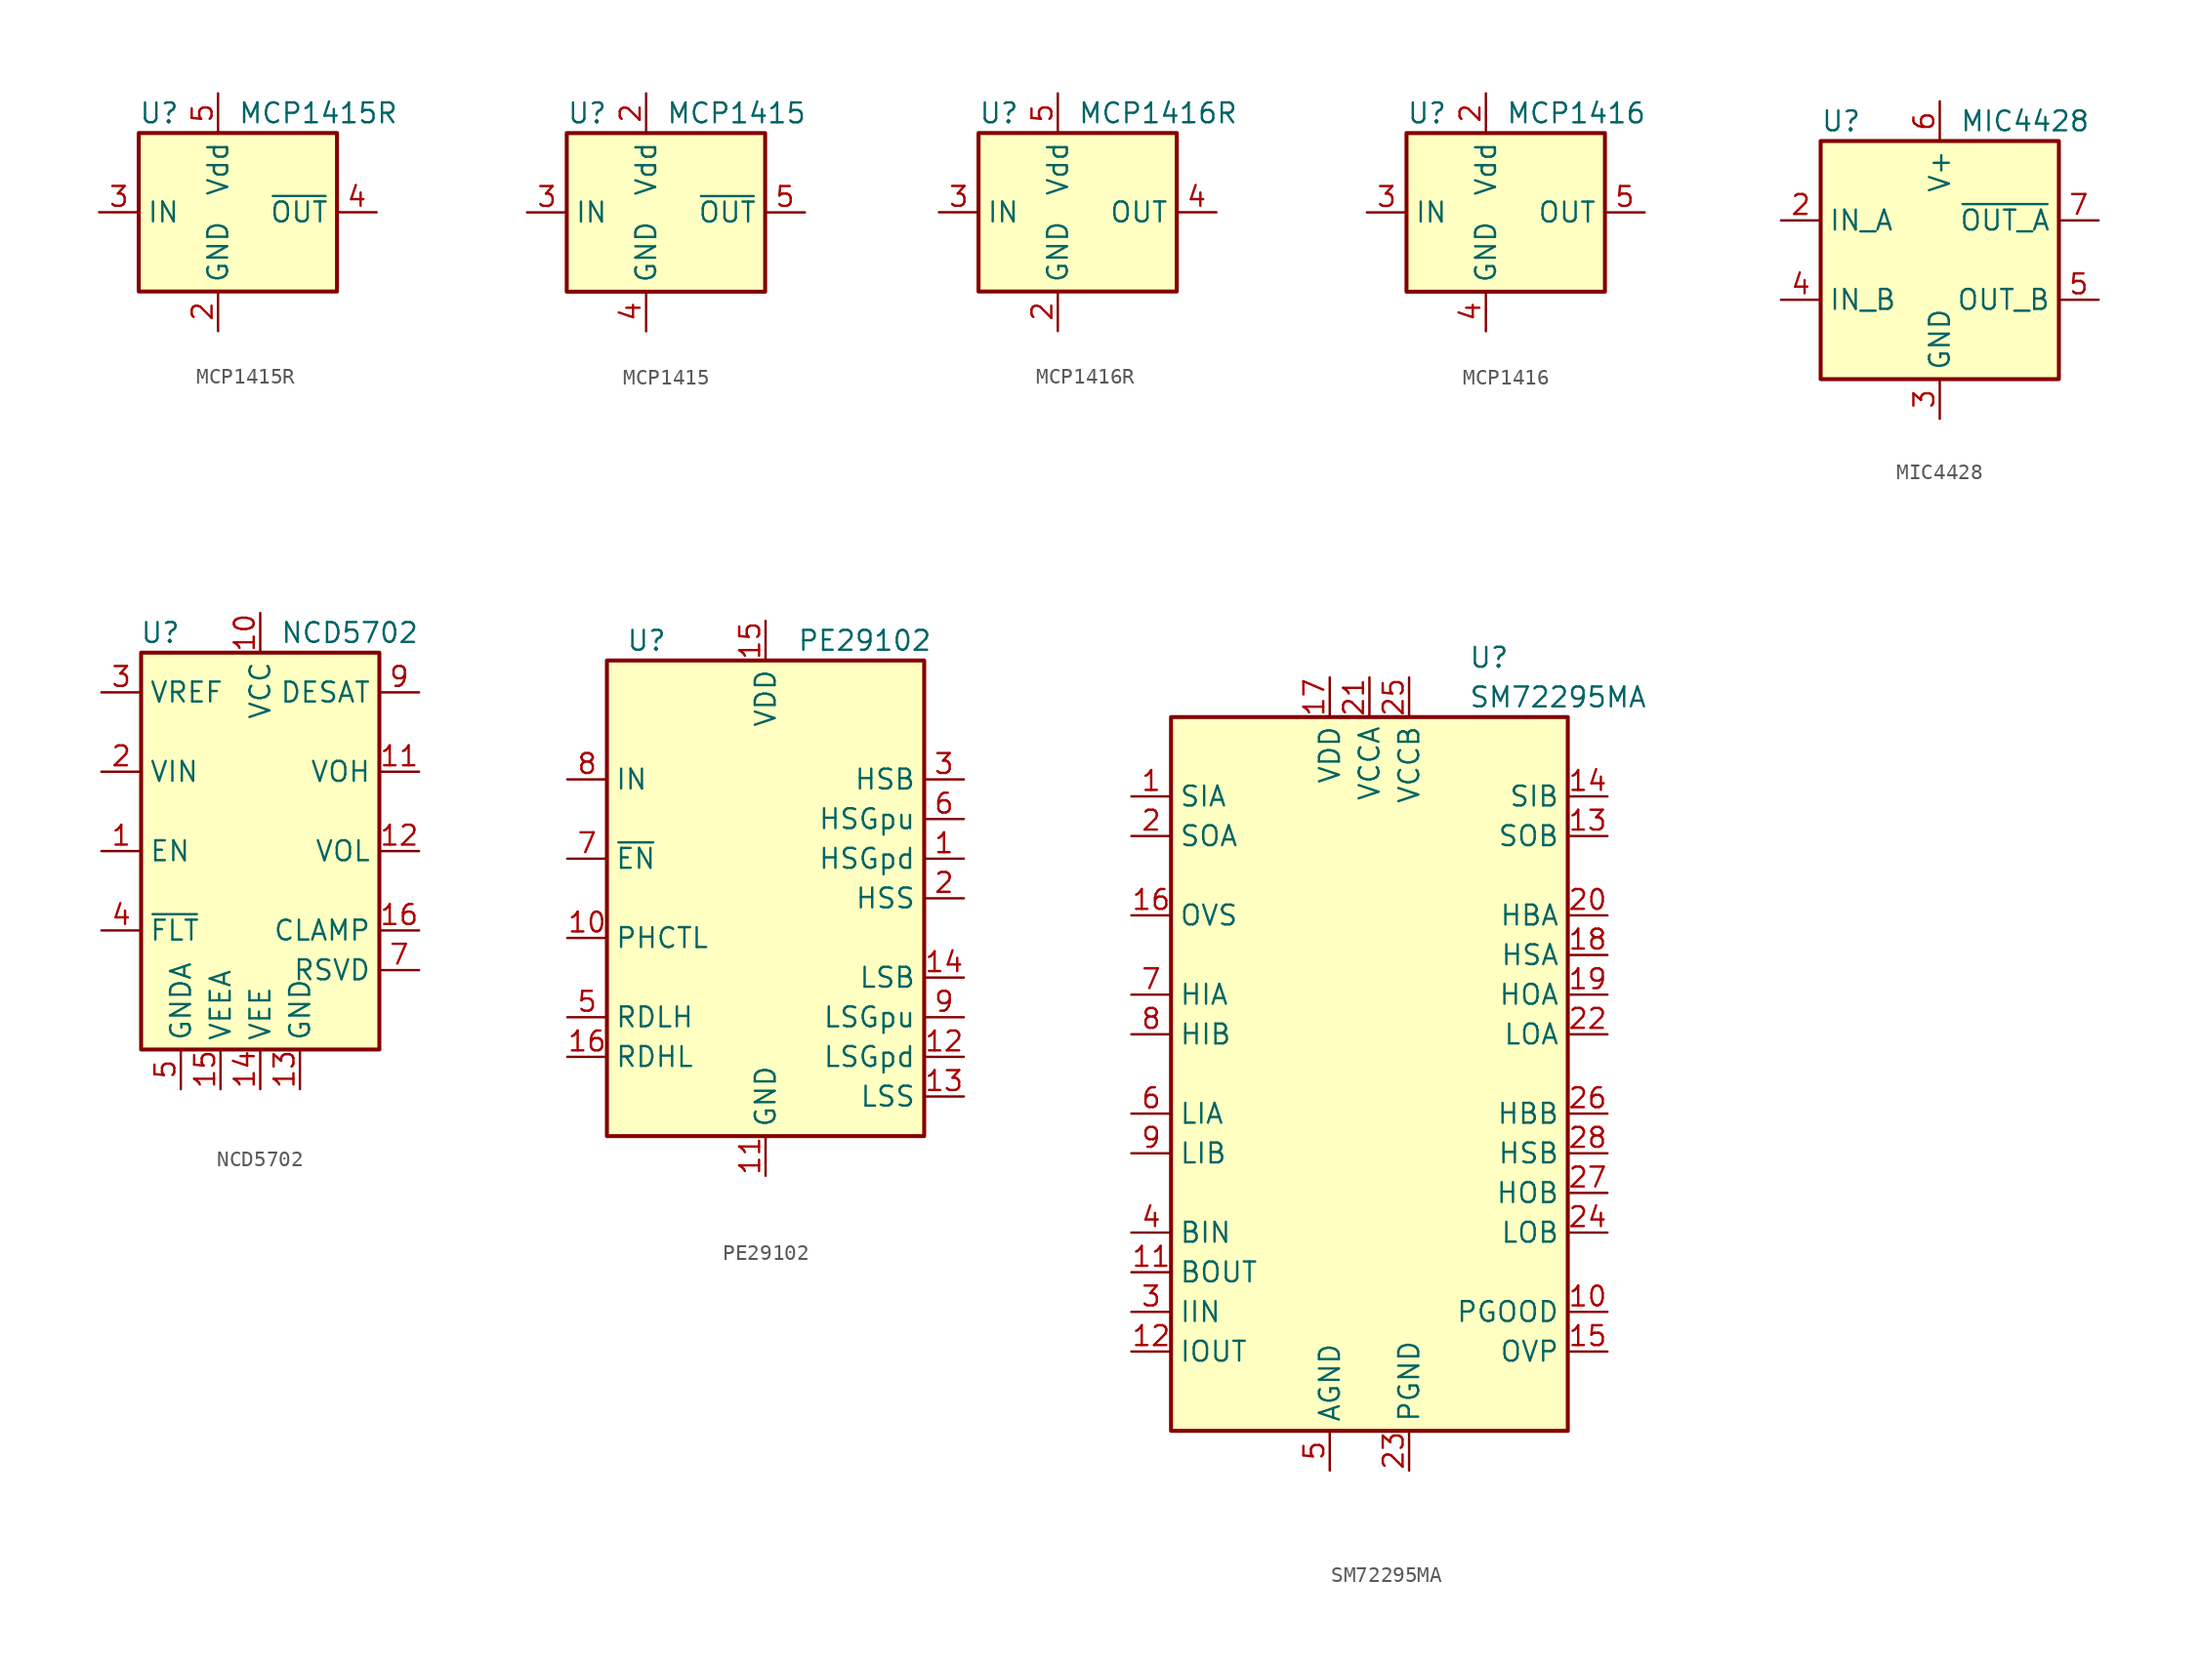
<source format=kicad_sym>
(kicad_symbol_lib
  (version 20220914)
  (generator kicad_symbol_editor)
  (symbol "MCP1415R"
    (property "Reference" "U"
      (at -5.08 6.35 0)
      (effects (font (size 1.27 1.27)) (justify left)))
    (property "Value" "MCP1415R"
      (at 1.27 6.35 0)
      (effects (font (size 1.27 1.27)) (justify left)))
    (symbol "MCP1415R_0_1"
      (rectangle (start -5.08 5.08) (end 7.62 -5.08) (stroke (width 0.254) (type default)) (fill (type background))))
    (symbol "MCP1415R_1_1"
      (pin no_connect line (at 7.62 -2.54 180) (length 2.54) hide (name "NC" (effects (font (size 1.27 1.27)))) (number "1" (effects (font (size 1.27 1.27)))))
      (pin power_in line (at 0 -7.62 90) (length 2.54) (name "GND" (effects (font (size 1.27 1.27)))) (number "2" (effects (font (size 1.27 1.27)))))
      (pin input line (at -7.62 0 0) (length 2.54) (name "IN" (effects (font (size 1.27 1.27)))) (number "3" (effects (font (size 1.27 1.27)))))
      (pin output line (at 10.16 0 180) (length 2.54) (name "~{OUT}" (effects (font (size 1.27 1.27)))) (number "4" (effects (font (size 1.27 1.27)))))
      (pin power_in line (at 0 7.62 270) (length 2.54) (name "Vdd" (effects (font (size 1.27 1.27)))) (number "5" (effects (font (size 1.27 1.27)))))))
  (symbol "MCP1415"
    (property "Reference" "U"
      (at -5.08 6.35 0)
      (effects (font (size 1.27 1.27)) (justify left)))
    (property "Value" "MCP1415"
      (at 1.27 6.35 0)
      (effects (font (size 1.27 1.27)) (justify left)))
    (symbol "MCP1415_0_1"
      (rectangle (start -5.08 5.08) (end 7.62 -5.08) (stroke (width 0.254) (type default)) (fill (type background))))
    (symbol "MCP1415_1_1"
      (pin no_connect line (at 7.62 -2.54 180) (length 2.54) hide (name "NC" (effects (font (size 1.27 1.27)))) (number "1" (effects (font (size 1.27 1.27)))))
      (pin power_in line (at 0 7.62 270) (length 2.54) (name "Vdd" (effects (font (size 1.27 1.27)))) (number "2" (effects (font (size 1.27 1.27)))))
      (pin input line (at -7.62 0 0) (length 2.54) (name "IN" (effects (font (size 1.27 1.27)))) (number "3" (effects (font (size 1.27 1.27)))))
      (pin power_in line (at 0 -7.62 90) (length 2.54) (name "GND" (effects (font (size 1.27 1.27)))) (number "4" (effects (font (size 1.27 1.27)))))
      (pin output line (at 10.16 0 180) (length 2.54) (name "~{OUT}" (effects (font (size 1.27 1.27)))) (number "5" (effects (font (size 1.27 1.27)))))))
  (symbol "MCP1416R"
    (property "Reference" "U"
      (at -5.08 6.35 0)
      (effects (font (size 1.27 1.27)) (justify left)))
    (property "Value" "MCP1416R"
      (at 1.27 6.35 0)
      (effects (font (size 1.27 1.27)) (justify left)))
    (symbol "MCP1416R_0_1"
      (rectangle (start -5.08 5.08) (end 7.62 -5.08) (stroke (width 0.254) (type default)) (fill (type background))))
    (symbol "MCP1416R_1_1"
      (pin no_connect line (at 7.62 -2.54 180) (length 2.54) hide (name "NC" (effects (font (size 1.27 1.27)))) (number "1" (effects (font (size 1.27 1.27)))))
      (pin power_in line (at 0 -7.62 90) (length 2.54) (name "GND" (effects (font (size 1.27 1.27)))) (number "2" (effects (font (size 1.27 1.27)))))
      (pin input line (at -7.62 0 0) (length 2.54) (name "IN" (effects (font (size 1.27 1.27)))) (number "3" (effects (font (size 1.27 1.27)))))
      (pin output line (at 10.16 0 180) (length 2.54) (name "OUT" (effects (font (size 1.27 1.27)))) (number "4" (effects (font (size 1.27 1.27)))))
      (pin power_in line (at 0 7.62 270) (length 2.54) (name "Vdd" (effects (font (size 1.27 1.27)))) (number "5" (effects (font (size 1.27 1.27)))))))
  (symbol "MCP1416"
    (property "Reference" "U"
      (at -5.08 6.35 0)
      (effects (font (size 1.27 1.27)) (justify left)))
    (property "Value" "MCP1416"
      (at 1.27 6.35 0)
      (effects (font (size 1.27 1.27)) (justify left)))
    (symbol "MCP1416_0_1"
      (rectangle (start -5.08 5.08) (end 7.62 -5.08) (stroke (width 0.254) (type default)) (fill (type background))))
    (symbol "MCP1416_1_1"
      (pin no_connect line (at 7.62 -2.54 180) (length 2.54) hide (name "NC" (effects (font (size 1.27 1.27)))) (number "1" (effects (font (size 1.27 1.27)))))
      (pin power_in line (at 0 7.62 270) (length 2.54) (name "Vdd" (effects (font (size 1.27 1.27)))) (number "2" (effects (font (size 1.27 1.27)))))
      (pin input line (at -7.62 0 0) (length 2.54) (name "IN" (effects (font (size 1.27 1.27)))) (number "3" (effects (font (size 1.27 1.27)))))
      (pin power_in line (at 0 -7.62 90) (length 2.54) (name "GND" (effects (font (size 1.27 1.27)))) (number "4" (effects (font (size 1.27 1.27)))))
      (pin output line (at 10.16 0 180) (length 2.54) (name "OUT" (effects (font (size 1.27 1.27)))) (number "5" (effects (font (size 1.27 1.27)))))))
  (symbol "MIC4428"
    (property "Reference" "U"
      (at -7.62 8.89 0)
      (effects (font (size 1.27 1.27)) (justify left)))
    (property "Value" "MIC4428"
      (at 1.27 8.89 0)
      (effects (font (size 1.27 1.27)) (justify left)))
    (symbol "MIC4428_0_1"
      (rectangle (start -7.62 -7.62) (end 7.62 7.62) (stroke (width 0.254) (type default)) (fill (type background))))
    (symbol "MIC4428_1_1"
      (pin no_connect line (at -7.62 0 0) (length 2.54) hide (name "NC" (effects (font (size 1.27 1.27)))) (number "1" (effects (font (size 1.27 1.27)))))
      (pin input line (at -10.16 2.54 0) (length 2.54) (name "IN_A" (effects (font (size 1.27 1.27)))) (number "2" (effects (font (size 1.27 1.27)))))
      (pin power_in line (at 0 -10.16 90) (length 2.54) (name "GND" (effects (font (size 1.27 1.27)))) (number "3" (effects (font (size 1.27 1.27)))))
      (pin input line (at -10.16 -2.54 0) (length 2.54) (name "IN_B" (effects (font (size 1.27 1.27)))) (number "4" (effects (font (size 1.27 1.27)))))
      (pin output line (at 10.16 -2.54 180) (length 2.54) (name "OUT_B" (effects (font (size 1.27 1.27)))) (number "5" (effects (font (size 1.27 1.27)))))
      (pin power_in line (at 0 10.16 270) (length 2.54) (name "V+" (effects (font (size 1.27 1.27)))) (number "6" (effects (font (size 1.27 1.27)))))
      (pin output line (at 10.16 2.54 180) (length 2.54) (name "~{OUT_A}" (effects (font (size 1.27 1.27)))) (number "7" (effects (font (size 1.27 1.27)))))
      (pin no_connect line (at 7.62 0 180) (length 2.54) hide (name "NC" (effects (font (size 1.27 1.27)))) (number "8" (effects (font (size 1.27 1.27)))))))
  (symbol "NCD5702"
    (property "Reference" "U"
      (at -5.08 13.97 0)
      (effects (font (size 1.27 1.27)) (justify right)))
    (property "Value" "NCD5702"
      (at 1.27 13.97 0)
      (effects (font (size 1.27 1.27)) (justify left)))
    (symbol "NCD5702_0_1"
      (rectangle (start -7.62 12.7) (end 7.62 -12.7) (stroke (width 0.254) (type default)) (fill (type background))))
    (symbol "NCD5702_1_1"
      (pin input line (at -10.16 0 0) (length 2.54) (name "EN" (effects (font (size 1.27 1.27)))) (number "1" (effects (font (size 1.27 1.27)))))
      (pin power_in line (at 0 15.24 270) (length 2.54) (name "VCC" (effects (font (size 1.27 1.27)))) (number "10" (effects (font (size 1.27 1.27)))))
      (pin open_emitter line (at 10.16 5.08 180) (length 2.54) (name "VOH" (effects (font (size 1.27 1.27)))) (number "11" (effects (font (size 1.27 1.27)))))
      (pin open_collector line (at 10.16 0 180) (length 2.54) (name "VOL" (effects (font (size 1.27 1.27)))) (number "12" (effects (font (size 1.27 1.27)))))
      (pin power_in line (at 2.54 -15.24 90) (length 2.54) (name "GND" (effects (font (size 1.27 1.27)))) (number "13" (effects (font (size 1.27 1.27)))))
      (pin power_in line (at 0 -15.24 90) (length 2.54) (name "VEE" (effects (font (size 1.27 1.27)))) (number "14" (effects (font (size 1.27 1.27)))))
      (pin power_in line (at -2.54 -15.24 90) (length 2.54) (name "VEEA" (effects (font (size 1.27 1.27)))) (number "15" (effects (font (size 1.27 1.27)))))
      (pin open_collector line (at 10.16 -5.08 180) (length 2.54) (name "CLAMP" (effects (font (size 1.27 1.27)))) (number "16" (effects (font (size 1.27 1.27)))))
      (pin input line (at -10.16 5.08 0) (length 2.54) (name "VIN" (effects (font (size 1.27 1.27)))) (number "2" (effects (font (size 1.27 1.27)))))
      (pin power_out line (at -10.16 10.16 0) (length 2.54) (name "VREF" (effects (font (size 1.27 1.27)))) (number "3" (effects (font (size 1.27 1.27)))))
      (pin open_collector line (at -10.16 -5.08 0) (length 2.54) (name "~{FLT}" (effects (font (size 1.27 1.27)))) (number "4" (effects (font (size 1.27 1.27)))))
      (pin power_in line (at -5.08 -15.24 90) (length 2.54) (name "GNDA" (effects (font (size 1.27 1.27)))) (number "5" (effects (font (size 1.27 1.27)))))
      (pin no_connect line (at -7.62 7.62 0) (length 2.54) hide (name "NC" (effects (font (size 1.27 1.27)))) (number "6" (effects (font (size 1.27 1.27)))))
      (pin passive line (at 10.16 -7.62 180) (length 2.54) (name "RSVD" (effects (font (size 1.27 1.27)))) (number "7" (effects (font (size 1.27 1.27)))))
      (pin no_connect line (at -7.62 2.54 0) (length 2.54) hide (name "NC" (effects (font (size 1.27 1.27)))) (number "8" (effects (font (size 1.27 1.27)))))
      (pin input line (at 10.16 10.16 180) (length 2.54) (name "DESAT" (effects (font (size 1.27 1.27)))) (number "9" (effects (font (size 1.27 1.27)))))))
  (symbol "PE29102"
    (property "Reference" "U"
      (at -7.62 16.51 0)
      (effects (font (size 1.27 1.27))))
    (property "Value" "PE29102"
      (at 6.35 16.51 0)
      (effects (font (size 1.27 1.27))))
    (symbol "PE29102_0_1"
      (rectangle (start 10.16 15.24) (end -10.16 -15.24) (stroke (width 0.254) (type default)) (fill (type background))))
    (symbol "PE29102_1_1"
      (pin output line (at 12.7 2.54 180) (length 2.54) (name "HSGpd" (effects (font (size 1.27 1.27)))) (number "1" (effects (font (size 1.27 1.27)))))
      (pin input line (at -12.7 -2.54 0) (length 2.54) (name "PHCTL" (effects (font (size 1.27 1.27)))) (number "10" (effects (font (size 1.27 1.27)))))
      (pin power_in line (at 0 -17.78 90) (length 2.54) (name "GND" (effects (font (size 1.27 1.27)))) (number "11" (effects (font (size 1.27 1.27)))))
      (pin output line (at 12.7 -10.16 180) (length 2.54) (name "LSGpd" (effects (font (size 1.27 1.27)))) (number "12" (effects (font (size 1.27 1.27)))))
      (pin passive line (at 12.7 -12.7 180) (length 2.54) (name "LSS" (effects (font (size 1.27 1.27)))) (number "13" (effects (font (size 1.27 1.27)))))
      (pin input line (at 12.7 -5.08 180) (length 2.54) (name "LSB" (effects (font (size 1.27 1.27)))) (number "14" (effects (font (size 1.27 1.27)))))
      (pin power_in line (at 0 17.78 270) (length 2.54) (name "VDD" (effects (font (size 1.27 1.27)))) (number "15" (effects (font (size 1.27 1.27)))))
      (pin passive line (at -12.7 -10.16 0) (length 2.54) (name "RDHL" (effects (font (size 1.27 1.27)))) (number "16" (effects (font (size 1.27 1.27)))))
      (pin passive line (at 12.7 0 180) (length 2.54) (name "HSS" (effects (font (size 1.27 1.27)))) (number "2" (effects (font (size 1.27 1.27)))))
      (pin input line (at 12.7 7.62 180) (length 2.54) (name "HSB" (effects (font (size 1.27 1.27)))) (number "3" (effects (font (size 1.27 1.27)))))
      (pin no_connect line (at 10.16 12.7 180) (length 2.54) hide (name "NC" (effects (font (size 1.27 1.27)))) (number "4" (effects (font (size 1.27 1.27)))))
      (pin passive line (at -12.7 -7.62 0) (length 2.54) (name "RDLH" (effects (font (size 1.27 1.27)))) (number "5" (effects (font (size 1.27 1.27)))))
      (pin output line (at 12.7 5.08 180) (length 2.54) (name "HSGpu" (effects (font (size 1.27 1.27)))) (number "6" (effects (font (size 1.27 1.27)))))
      (pin input line (at -12.7 2.54 0) (length 2.54) (name "~{EN}" (effects (font (size 1.27 1.27)))) (number "7" (effects (font (size 1.27 1.27)))))
      (pin input line (at -12.7 7.62 0) (length 2.54) (name "IN" (effects (font (size 1.27 1.27)))) (number "8" (effects (font (size 1.27 1.27)))))
      (pin output line (at 12.7 -7.62 180) (length 2.54) (name "LSGpu" (effects (font (size 1.27 1.27)))) (number "9" (effects (font (size 1.27 1.27)))))))
  (symbol "SM72295MA"
    (property "Reference" "U"
      (at 6.35 26.67 0)
      (effects (font (size 1.27 1.27)) (justify left)))
    (property "Value" "SM72295MA"
      (at 6.35 24.13 0)
      (effects (font (size 1.27 1.27)) (justify left)))
    (symbol "SM72295MA_0_1"
      (rectangle (start -12.7 -22.86) (end 12.7 22.86) (stroke (width 0.254) (type default)) (fill (type background))))
    (symbol "SM72295MA_1_1"
      (pin input line (at -15.24 17.78 0) (length 2.54) (name "SIA" (effects (font (size 1.27 1.27)))) (number "1" (effects (font (size 1.27 1.27)))))
      (pin open_collector line (at 15.24 -15.24 180) (length 2.54) (name "PGOOD" (effects (font (size 1.27 1.27)))) (number "10" (effects (font (size 1.27 1.27)))))
      (pin output line (at -15.24 -12.7 0) (length 2.54) (name "BOUT" (effects (font (size 1.27 1.27)))) (number "11" (effects (font (size 1.27 1.27)))))
      (pin passive line (at -15.24 -17.78 0) (length 2.54) (name "IOUT" (effects (font (size 1.27 1.27)))) (number "12" (effects (font (size 1.27 1.27)))))
      (pin input line (at 15.24 15.24 180) (length 2.54) (name "SOB" (effects (font (size 1.27 1.27)))) (number "13" (effects (font (size 1.27 1.27)))))
      (pin input line (at 15.24 17.78 180) (length 2.54) (name "SIB" (effects (font (size 1.27 1.27)))) (number "14" (effects (font (size 1.27 1.27)))))
      (pin open_collector line (at 15.24 -17.78 180) (length 2.54) (name "OVP" (effects (font (size 1.27 1.27)))) (number "15" (effects (font (size 1.27 1.27)))))
      (pin input line (at -15.24 10.16 0) (length 2.54) (name "OVS" (effects (font (size 1.27 1.27)))) (number "16" (effects (font (size 1.27 1.27)))))
      (pin power_in line (at -2.54 25.4 270) (length 2.54) (name "VDD" (effects (font (size 1.27 1.27)))) (number "17" (effects (font (size 1.27 1.27)))))
      (pin passive line (at 15.24 7.62 180) (length 2.54) (name "HSA" (effects (font (size 1.27 1.27)))) (number "18" (effects (font (size 1.27 1.27)))))
      (pin output line (at 15.24 5.08 180) (length 2.54) (name "HOA" (effects (font (size 1.27 1.27)))) (number "19" (effects (font (size 1.27 1.27)))))
      (pin input line (at -15.24 15.24 0) (length 2.54) (name "SOA" (effects (font (size 1.27 1.27)))) (number "2" (effects (font (size 1.27 1.27)))))
      (pin passive line (at 15.24 10.16 180) (length 2.54) (name "HBA" (effects (font (size 1.27 1.27)))) (number "20" (effects (font (size 1.27 1.27)))))
      (pin power_in line (at 0 25.4 270) (length 2.54) (name "VCCA" (effects (font (size 1.27 1.27)))) (number "21" (effects (font (size 1.27 1.27)))))
      (pin output line (at 15.24 2.54 180) (length 2.54) (name "LOA" (effects (font (size 1.27 1.27)))) (number "22" (effects (font (size 1.27 1.27)))))
      (pin power_in line (at 2.54 -25.4 90) (length 2.54) (name "PGND" (effects (font (size 1.27 1.27)))) (number "23" (effects (font (size 1.27 1.27)))))
      (pin output line (at 15.24 -10.16 180) (length 2.54) (name "LOB" (effects (font (size 1.27 1.27)))) (number "24" (effects (font (size 1.27 1.27)))))
      (pin power_in line (at 2.54 25.4 270) (length 2.54) (name "VCCB" (effects (font (size 1.27 1.27)))) (number "25" (effects (font (size 1.27 1.27)))))
      (pin passive line (at 15.24 -2.54 180) (length 2.54) (name "HBB" (effects (font (size 1.27 1.27)))) (number "26" (effects (font (size 1.27 1.27)))))
      (pin output line (at 15.24 -7.62 180) (length 2.54) (name "HOB" (effects (font (size 1.27 1.27)))) (number "27" (effects (font (size 1.27 1.27)))))
      (pin passive line (at 15.24 -5.08 180) (length 2.54) (name "HSB" (effects (font (size 1.27 1.27)))) (number "28" (effects (font (size 1.27 1.27)))))
      (pin passive line (at -15.24 -15.24 0) (length 2.54) (name "IIN" (effects (font (size 1.27 1.27)))) (number "3" (effects (font (size 1.27 1.27)))))
      (pin output line (at -15.24 -10.16 0) (length 2.54) (name "BIN" (effects (font (size 1.27 1.27)))) (number "4" (effects (font (size 1.27 1.27)))))
      (pin power_in line (at -2.54 -25.4 90) (length 2.54) (name "AGND" (effects (font (size 1.27 1.27)))) (number "5" (effects (font (size 1.27 1.27)))))
      (pin input line (at -15.24 -2.54 0) (length 2.54) (name "LIA" (effects (font (size 1.27 1.27)))) (number "6" (effects (font (size 1.27 1.27)))))
      (pin input line (at -15.24 5.08 0) (length 2.54) (name "HIA" (effects (font (size 1.27 1.27)))) (number "7" (effects (font (size 1.27 1.27)))))
      (pin input line (at -15.24 2.54 0) (length 2.54) (name "HIB" (effects (font (size 1.27 1.27)))) (number "8" (effects (font (size 1.27 1.27)))))
      (pin input line (at -15.24 -5.08 0) (length 2.54) (name "LIB" (effects (font (size 1.27 1.27)))) (number "9" (effects (font (size 1.27 1.27))))))))
</source>
